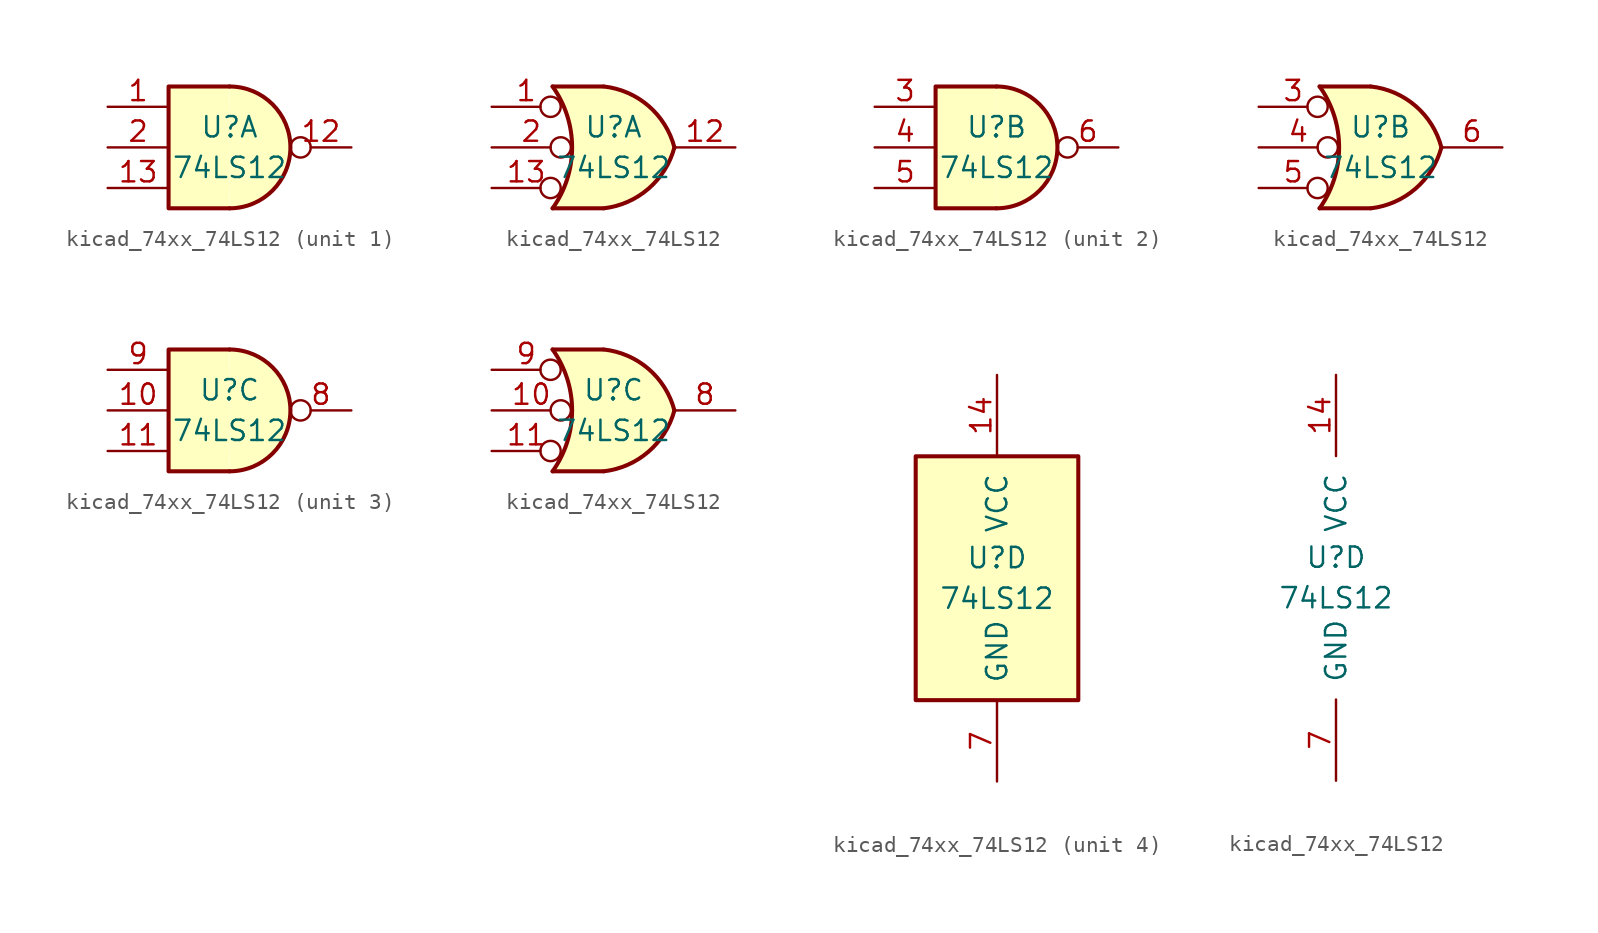
<source format=kicad_sym>
(kicad_symbol_lib
  (version 20220914)
  (generator kicad_symbol_editor)
  (symbol "kicad_74xx_74LS12"
    (pin_names
      (offset 1.016))
    (property "Reference" "U"
      (at 0 1.27 0)
      (effects (font (size 1.27 1.27))))
    (property "Value" "74LS12"
      (at 0 -1.27 0)
      (effects (font (size 1.27 1.27))))
    (property "ki_locked" ""
      (at 0 0 0)
      (effects (font (size 1.27 1.27))))
    (symbol "kicad_74xx_74LS12_1_1"
      (arc (start 0 -3.81) (mid 3.7934 0) (end 0 3.81) (stroke (width 0.254) (type default)) (fill (type background)))
      (polyline (pts (xy 0 3.81) (xy -3.81 3.81) (xy -3.81 -3.81) (xy 0 -3.81)) (stroke (width 0.254) (type default)) (fill (type background)))
      (pin input line (at -7.62 2.54 0) (length 3.81) (name "~" (effects (font (size 1.27 1.27)))) (number "1" (effects (font (size 1.27 1.27)))))
      (pin open_collector inverted (at 7.62 0 180) (length 3.81) (name "~" (effects (font (size 1.27 1.27)))) (number "12" (effects (font (size 1.27 1.27)))))
      (pin input line (at -7.62 -2.54 0) (length 3.81) (name "~" (effects (font (size 1.27 1.27)))) (number "13" (effects (font (size 1.27 1.27)))))
      (pin input line (at -7.62 0 0) (length 3.81) (name "~" (effects (font (size 1.27 1.27)))) (number "2" (effects (font (size 1.27 1.27))))))
    (symbol "kicad_74xx_74LS12_1_2"
      (arc (start -3.81 -3.81) (mid -2.589 0) (end -3.81 3.81) (stroke (width 0.254) (type default)) (fill (type none)))
      (arc (start -0.6096 -3.81) (mid 2.1842 -2.5851) (end 3.81 0) (stroke (width 0.254) (type default)) (fill (type background)))
      (polyline (pts (xy -3.81 -3.81) (xy -0.635 -3.81)) (stroke (width 0.254) (type default)) (fill (type background)))
      (polyline (pts (xy -3.81 3.81) (xy -0.635 3.81)) (stroke (width 0.254) (type default)) (fill (type background)))
      (polyline (pts (xy -0.635 3.81) (xy -3.81 3.81) (xy -3.81 3.81) (xy -3.556 3.404) (xy -3.023 2.261) (xy -2.692 1.041) (xy -2.616 -0.254) (xy -2.769 -1.499) (xy -3.175 -2.718) (xy -3.81 -3.81) (xy -3.81 -3.81) (xy -0.635 -3.81)) (stroke (width -25.4) (type default)) (fill (type background)))
      (arc (start 3.81 0) (mid 2.1915 2.5936) (end -0.6096 3.81) (stroke (width 0.254) (type default)) (fill (type background)))
      (pin input inverted (at -7.62 2.54 0) (length 4.318) (name "~" (effects (font (size 1.27 1.27)))) (number "1" (effects (font (size 1.27 1.27)))))
      (pin open_collector line (at 7.62 0 180) (length 3.81) (name "~" (effects (font (size 1.27 1.27)))) (number "12" (effects (font (size 1.27 1.27)))))
      (pin input inverted (at -7.62 -2.54 0) (length 4.318) (name "~" (effects (font (size 1.27 1.27)))) (number "13" (effects (font (size 1.27 1.27)))))
      (pin input inverted (at -7.62 0 0) (length 4.953) (name "~" (effects (font (size 1.27 1.27)))) (number "2" (effects (font (size 1.27 1.27))))))
    (symbol "kicad_74xx_74LS12_2_1"
      (arc (start 0 -3.81) (mid 3.7934 0) (end 0 3.81) (stroke (width 0.254) (type default)) (fill (type background)))
      (polyline (pts (xy 0 3.81) (xy -3.81 3.81) (xy -3.81 -3.81) (xy 0 -3.81)) (stroke (width 0.254) (type default)) (fill (type background)))
      (pin input line (at -7.62 2.54 0) (length 3.81) (name "~" (effects (font (size 1.27 1.27)))) (number "3" (effects (font (size 1.27 1.27)))))
      (pin input line (at -7.62 0 0) (length 3.81) (name "~" (effects (font (size 1.27 1.27)))) (number "4" (effects (font (size 1.27 1.27)))))
      (pin input line (at -7.62 -2.54 0) (length 3.81) (name "~" (effects (font (size 1.27 1.27)))) (number "5" (effects (font (size 1.27 1.27)))))
      (pin open_collector inverted (at 7.62 0 180) (length 3.81) (name "~" (effects (font (size 1.27 1.27)))) (number "6" (effects (font (size 1.27 1.27))))))
    (symbol "kicad_74xx_74LS12_2_2"
      (arc (start -3.81 -3.81) (mid -2.589 0) (end -3.81 3.81) (stroke (width 0.254) (type default)) (fill (type none)))
      (arc (start -0.6096 -3.81) (mid 2.1842 -2.5851) (end 3.81 0) (stroke (width 0.254) (type default)) (fill (type background)))
      (polyline (pts (xy -3.81 -3.81) (xy -0.635 -3.81)) (stroke (width 0.254) (type default)) (fill (type background)))
      (polyline (pts (xy -3.81 3.81) (xy -0.635 3.81)) (stroke (width 0.254) (type default)) (fill (type background)))
      (polyline (pts (xy -0.635 3.81) (xy -3.81 3.81) (xy -3.81 3.81) (xy -3.556 3.404) (xy -3.023 2.261) (xy -2.692 1.041) (xy -2.616 -0.254) (xy -2.769 -1.499) (xy -3.175 -2.718) (xy -3.81 -3.81) (xy -3.81 -3.81) (xy -0.635 -3.81)) (stroke (width -25.4) (type default)) (fill (type background)))
      (arc (start 3.81 0) (mid 2.1915 2.5936) (end -0.6096 3.81) (stroke (width 0.254) (type default)) (fill (type background)))
      (pin input inverted (at -7.62 2.54 0) (length 4.318) (name "~" (effects (font (size 1.27 1.27)))) (number "3" (effects (font (size 1.27 1.27)))))
      (pin input inverted (at -7.62 0 0) (length 4.953) (name "~" (effects (font (size 1.27 1.27)))) (number "4" (effects (font (size 1.27 1.27)))))
      (pin input inverted (at -7.62 -2.54 0) (length 4.318) (name "~" (effects (font (size 1.27 1.27)))) (number "5" (effects (font (size 1.27 1.27)))))
      (pin open_collector line (at 7.62 0 180) (length 3.81) (name "~" (effects (font (size 1.27 1.27)))) (number "6" (effects (font (size 1.27 1.27))))))
    (symbol "kicad_74xx_74LS12_3_1"
      (arc (start 0 -3.81) (mid 3.7934 0) (end 0 3.81) (stroke (width 0.254) (type default)) (fill (type background)))
      (polyline (pts (xy 0 3.81) (xy -3.81 3.81) (xy -3.81 -3.81) (xy 0 -3.81)) (stroke (width 0.254) (type default)) (fill (type background)))
      (pin input line (at -7.62 0 0) (length 3.81) (name "~" (effects (font (size 1.27 1.27)))) (number "10" (effects (font (size 1.27 1.27)))))
      (pin input line (at -7.62 -2.54 0) (length 3.81) (name "~" (effects (font (size 1.27 1.27)))) (number "11" (effects (font (size 1.27 1.27)))))
      (pin open_collector inverted (at 7.62 0 180) (length 3.81) (name "~" (effects (font (size 1.27 1.27)))) (number "8" (effects (font (size 1.27 1.27)))))
      (pin input line (at -7.62 2.54 0) (length 3.81) (name "~" (effects (font (size 1.27 1.27)))) (number "9" (effects (font (size 1.27 1.27))))))
    (symbol "kicad_74xx_74LS12_3_2"
      (arc (start -3.81 -3.81) (mid -2.589 0) (end -3.81 3.81) (stroke (width 0.254) (type default)) (fill (type none)))
      (arc (start -0.6096 -3.81) (mid 2.1842 -2.5851) (end 3.81 0) (stroke (width 0.254) (type default)) (fill (type background)))
      (polyline (pts (xy -3.81 -3.81) (xy -0.635 -3.81)) (stroke (width 0.254) (type default)) (fill (type background)))
      (polyline (pts (xy -3.81 3.81) (xy -0.635 3.81)) (stroke (width 0.254) (type default)) (fill (type background)))
      (polyline (pts (xy -0.635 3.81) (xy -3.81 3.81) (xy -3.81 3.81) (xy -3.556 3.404) (xy -3.023 2.261) (xy -2.692 1.041) (xy -2.616 -0.254) (xy -2.769 -1.499) (xy -3.175 -2.718) (xy -3.81 -3.81) (xy -3.81 -3.81) (xy -0.635 -3.81)) (stroke (width -25.4) (type default)) (fill (type background)))
      (arc (start 3.81 0) (mid 2.1915 2.5936) (end -0.6096 3.81) (stroke (width 0.254) (type default)) (fill (type background)))
      (pin input inverted (at -7.62 0 0) (length 4.953) (name "~" (effects (font (size 1.27 1.27)))) (number "10" (effects (font (size 1.27 1.27)))))
      (pin input inverted (at -7.62 -2.54 0) (length 4.318) (name "~" (effects (font (size 1.27 1.27)))) (number "11" (effects (font (size 1.27 1.27)))))
      (pin open_collector line (at 7.62 0 180) (length 3.81) (name "~" (effects (font (size 1.27 1.27)))) (number "8" (effects (font (size 1.27 1.27)))))
      (pin input inverted (at -7.62 2.54 0) (length 4.318) (name "~" (effects (font (size 1.27 1.27)))) (number "9" (effects (font (size 1.27 1.27))))))
    (symbol "kicad_74xx_74LS12_4_0"
      (pin power_in line (at 0 12.7 270) (length 5.08) (name "VCC" (effects (font (size 1.27 1.27)))) (number "14" (effects (font (size 1.27 1.27)))))
      (pin power_in line (at 0 -12.7 90) (length 5.08) (name "GND" (effects (font (size 1.27 1.27)))) (number "7" (effects (font (size 1.27 1.27))))))
    (symbol "kicad_74xx_74LS12_4_1"
      (rectangle (start -5.08 7.62) (end 5.08 -7.62) (stroke (width 0.254) (type default)) (fill (type background))))))
</source>
